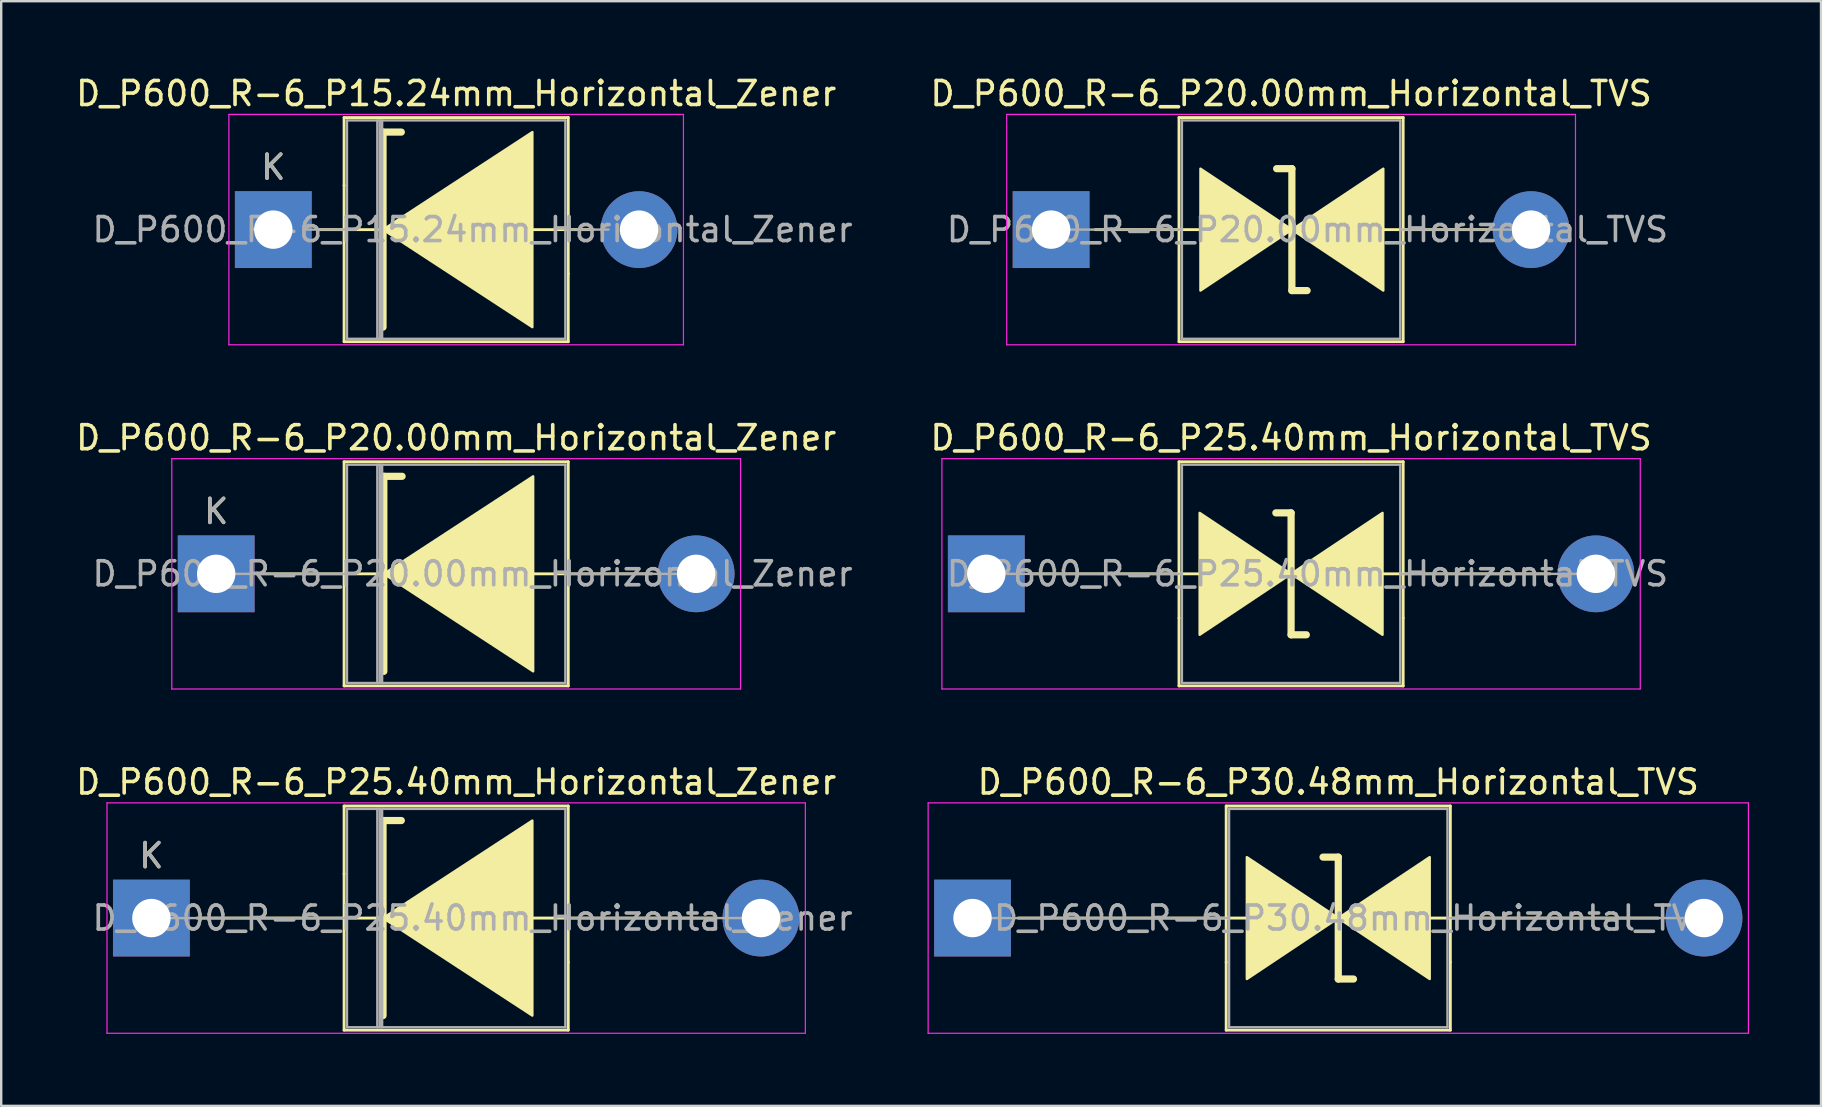
<source format=kicad_pcb>
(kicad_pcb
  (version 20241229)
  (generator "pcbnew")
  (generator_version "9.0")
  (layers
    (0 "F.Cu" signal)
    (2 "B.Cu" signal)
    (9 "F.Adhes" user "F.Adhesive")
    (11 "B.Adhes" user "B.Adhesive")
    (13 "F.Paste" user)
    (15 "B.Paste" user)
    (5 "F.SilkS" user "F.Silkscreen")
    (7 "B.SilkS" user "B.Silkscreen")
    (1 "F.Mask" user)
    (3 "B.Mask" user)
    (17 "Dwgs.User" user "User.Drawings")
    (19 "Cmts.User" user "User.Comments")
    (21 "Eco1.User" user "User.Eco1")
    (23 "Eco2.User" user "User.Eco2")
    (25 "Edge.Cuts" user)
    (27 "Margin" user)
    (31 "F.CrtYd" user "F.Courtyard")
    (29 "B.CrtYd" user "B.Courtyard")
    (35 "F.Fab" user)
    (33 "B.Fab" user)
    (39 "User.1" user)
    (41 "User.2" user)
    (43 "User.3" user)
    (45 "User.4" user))
  (footprint "D_P600_R-6_P20.00mm_Horizontal_Zener"
    (layer "F.Cu")
    (at 5.958 20.861)
    (property "Reference" "D_P600_R-6_P20.00mm_Horizontal_Zener" (at 10 -5.67 0) (layer "F.SilkS") (effects (font (size 1 1) (thickness 0.15))))
    (attr through_hole)
    (fp_line (start 1.84 0) (end 5.33 0) (stroke (width 0.12) (type solid)) (layer "F.SilkS"))
    (fp_line (start 5.33 -4.67) (end 5.33 4.67) (stroke (width 0.12) (type solid)) (layer "F.SilkS"))
    (fp_line (start 5.33 4.67) (end 14.67 4.67) (stroke (width 0.12) (type solid)) (layer "F.SilkS"))
    (fp_line (start 6.858 0) (end 5.33 0) (stroke (width 0.12) (type solid)) (layer "F.SilkS"))
    (fp_line (start 6.985 -4.064) (end 6.985 4.064) (stroke (width 0.3) (type solid)) (layer "F.SilkS"))
    (fp_line (start 6.985 -4.064) (end 7.747 -4.064) (stroke (width 0.3) (type solid)) (layer "F.SilkS"))
    (fp_line (start 13.081 0) (end 14.67 0) (stroke (width 0.12) (type solid)) (layer "F.SilkS"))
    (fp_line (start 14.67 -4.67) (end 5.33 -4.67) (stroke (width 0.12) (type solid)) (layer "F.SilkS"))
    (fp_line (start 14.67 4.67) (end 14.67 -4.67) (stroke (width 0.12) (type solid)) (layer "F.SilkS"))
    (fp_line (start 18.16 0) (end 14.67 0) (stroke (width 0.12) (type solid)) (layer "F.SilkS"))
    (fp_poly (pts (xy 13.208 4.064) (xy 6.985 0) (xy 13.208 -4.064)) (stroke (width 0.1) (type solid)) (fill yes) (layer "F.SilkS"))
    (fp_line (start -1.85 -4.8) (end -1.85 4.8) (stroke (width 0.05) (type solid)) (layer "F.CrtYd"))
    (fp_line (start -1.85 4.8) (end 21.85 4.8) (stroke (width 0.05) (type solid)) (layer "F.CrtYd"))
    (fp_line (start 21.85 -4.8) (end -1.85 -4.8) (stroke (width 0.05) (type solid)) (layer "F.CrtYd"))
    (fp_line (start 21.85 4.8) (end 21.85 -4.8) (stroke (width 0.05) (type solid)) (layer "F.CrtYd"))
    (fp_line (start 0 0) (end 5.45 0) (stroke (width 0.1) (type solid)) (layer "F.Fab"))
    (fp_line (start 5.45 -4.55) (end 5.45 4.55) (stroke (width 0.1) (type solid)) (layer "F.Fab"))
    (fp_line (start 5.45 4.55) (end 14.55 4.55) (stroke (width 0.1) (type solid)) (layer "F.Fab"))
    (fp_line (start 6.715 -4.55) (end 6.715 4.55) (stroke (width 0.1) (type solid)) (layer "F.Fab"))
    (fp_line (start 6.815 -4.55) (end 6.815 4.55) (stroke (width 0.1) (type solid)) (layer "F.Fab"))
    (fp_line (start 6.915 -4.55) (end 6.915 4.55) (stroke (width 0.1) (type solid)) (layer "F.Fab"))
    (fp_line (start 14.55 -4.55) (end 5.45 -4.55) (stroke (width 0.1) (type solid)) (layer "F.Fab"))
    (fp_line (start 14.55 4.55) (end 14.55 -4.55) (stroke (width 0.1) (type solid)) (layer "F.Fab"))
    (fp_line (start 20 0) (end 14.55 0) (stroke (width 0.1) (type solid)) (layer "F.Fab"))
    (fp_text user "K" (at 0 -2.6 0) (layer "F.SilkS") (effects (font (size 1 1) (thickness 0.15))))
    (fp_text user "${REFERENCE}" (at 10.682 0 0) (layer "F.Fab") (effects (font (size 1 1) (thickness 0.15))))
    (fp_text user "K" (at 0 -2.6 0) (layer "F.Fab") (effects (font (size 1 1) (thickness 0.15))))
    (pad "1" thru_hole rect (at 0 0) (size 3.2 3.2) (drill 1.6) (layers "*.Cu" "*.Mask"))
    (pad "2" thru_hole oval (at 20 0) (size 3.2 3.2) (drill 1.6) (layers "*.Cu" "*.Mask")))
  (footprint "D_P600_R-6_P15.24mm_Horizontal_Zener"
    (layer "F.Cu")
    (at 8.338 6.518)
    (property "Reference" "D_P600_R-6_P15.24mm_Horizontal_Zener" (at 7.62 -5.67 0) (layer "F.SilkS") (effects (font (size 1 1) (thickness 0.15))))
    (attr through_hole)
    (fp_line (start 2.95 -4.67) (end 12.29 -4.67) (stroke (width 0.12) (type solid)) (layer "F.SilkS"))
    (fp_line (start 2.95 -1.84) (end 2.95 -4.67) (stroke (width 0.12) (type solid)) (layer "F.SilkS"))
    (fp_line (start 2.95 -1.84) (end 2.95 4.67) (stroke (width 0.12) (type solid)) (layer "F.SilkS"))
    (fp_line (start 2.95 4.67) (end 12.29 4.67) (stroke (width 0.12) (type solid)) (layer "F.SilkS"))
    (fp_line (start 4.445 0) (end 1.905 0) (stroke (width 0.12) (type solid)) (layer "F.SilkS"))
    (fp_line (start 4.572 -4.064) (end 4.572 4.064) (stroke (width 0.3) (type solid)) (layer "F.SilkS"))
    (fp_line (start 4.572 -4.064) (end 5.334 -4.064) (stroke (width 0.3) (type solid)) (layer "F.SilkS"))
    (fp_line (start 10.668 0) (end 13.335 0) (stroke (width 0.12) (type solid)) (layer "F.SilkS"))
    (fp_line (start 12.29 -4.67) (end 12.29 1.84) (stroke (width 0.12) (type solid)) (layer "F.SilkS"))
    (fp_line (start 12.29 4.67) (end 12.29 1.84) (stroke (width 0.12) (type solid)) (layer "F.SilkS"))
    (fp_poly (pts (xy 10.795 4.064) (xy 4.572 0) (xy 10.795 -4.064)) (stroke (width 0.1) (type solid)) (fill yes) (layer "F.SilkS"))
    (fp_line (start -1.85 -4.8) (end -1.85 4.8) (stroke (width 0.05) (type solid)) (layer "F.CrtYd"))
    (fp_line (start -1.85 4.8) (end 17.09 4.8) (stroke (width 0.05) (type solid)) (layer "F.CrtYd"))
    (fp_line (start 17.09 -4.8) (end -1.85 -4.8) (stroke (width 0.05) (type solid)) (layer "F.CrtYd"))
    (fp_line (start 17.09 4.8) (end 17.09 -4.8) (stroke (width 0.05) (type solid)) (layer "F.CrtYd"))
    (fp_line (start 1.27 0) (end 3.07 0) (stroke (width 0.1) (type solid)) (layer "F.Fab"))
    (fp_line (start 3.07 -4.55) (end 3.07 4.55) (stroke (width 0.1) (type solid)) (layer "F.Fab"))
    (fp_line (start 3.07 4.55) (end 12.17 4.55) (stroke (width 0.1) (type solid)) (layer "F.Fab"))
    (fp_line (start 4.335 -4.55) (end 4.335 4.55) (stroke (width 0.1) (type solid)) (layer "F.Fab"))
    (fp_line (start 4.435 -4.55) (end 4.435 4.55) (stroke (width 0.1) (type solid)) (layer "F.Fab"))
    (fp_line (start 4.535 -4.55) (end 4.535 4.55) (stroke (width 0.1) (type solid)) (layer "F.Fab"))
    (fp_line (start 12.17 -4.55) (end 3.07 -4.55) (stroke (width 0.1) (type solid)) (layer "F.Fab"))
    (fp_line (start 12.17 4.55) (end 12.17 -4.55) (stroke (width 0.1) (type solid)) (layer "F.Fab"))
    (fp_line (start 13.97 0) (end 12.17 0) (stroke (width 0.1) (type solid)) (layer "F.Fab"))
    (fp_text user "K" (at 0 -2.6 0) (layer "F.SilkS") (effects (font (size 1 1) (thickness 0.15))))
    (fp_text user "K" (at 0 -2.6 0) (layer "F.Fab") (effects (font (size 1 1) (thickness 0.15))))
    (fp_text user "${REFERENCE}" (at 8.303 0 0) (layer "F.Fab") (effects (font (size 1 1) (thickness 0.15))))
    (pad "1" thru_hole rect (at 0 0) (size 3.2 3.2) (drill 1.6) (layers "*.Cu" "*.Mask"))
    (pad "2" thru_hole oval (at 15.24 0) (size 3.2 3.2) (drill 1.6) (layers "*.Cu" "*.Mask")))
  (footprint "D_P600_R-6_P20.00mm_Horizontal_TVS"
    (layer "F.Cu")
    (at 40.748 6.518)
    (property "Reference" "D_P600_R-6_P20.00mm_Horizontal_TVS" (at 10 -5.67 0) (layer "F.SilkS") (effects (font (size 1 1) (thickness 0.15))))
    (attr through_hole)
    (fp_line (start 1.84 0) (end 5.33 0) (stroke (width 0.12) (type solid)) (layer "F.SilkS"))
    (fp_line (start 5.33 -4.67) (end 5.33 4.67) (stroke (width 0.12) (type solid)) (layer "F.SilkS"))
    (fp_line (start 5.33 0) (end 6.223 0) (stroke (width 0.12) (type solid)) (layer "F.SilkS"))
    (fp_line (start 5.33 4.67) (end 14.67 4.67) (stroke (width 0.12) (type solid)) (layer "F.SilkS"))
    (fp_line (start 10.033 -2.54) (end 9.398 -2.54) (stroke (width 0.3) (type solid)) (layer "F.SilkS"))
    (fp_line (start 10.033 2.54) (end 10.033 -2.54) (stroke (width 0.3) (type solid)) (layer "F.SilkS"))
    (fp_line (start 10.668 2.54) (end 10.033 2.54) (stroke (width 0.3) (type solid)) (layer "F.SilkS"))
    (fp_line (start 14.67 -4.67) (end 5.33 -4.67) (stroke (width 0.12) (type solid)) (layer "F.SilkS"))
    (fp_line (start 14.67 0) (end 13.843 0) (stroke (width 0.12) (type solid)) (layer "F.SilkS"))
    (fp_line (start 14.67 4.67) (end 14.67 -4.67) (stroke (width 0.12) (type solid)) (layer "F.SilkS"))
    (fp_line (start 18.16 0) (end 14.67 0) (stroke (width 0.12) (type solid)) (layer "F.SilkS"))
    (fp_poly (pts (xy 10.033 0) (xy 6.223 2.54) (xy 6.223 -2.54)) (stroke (width 0.1) (type solid)) (fill yes) (layer "F.SilkS"))
    (fp_poly (pts (xy 10.033 0) (xy 13.843 -2.54) (xy 13.843 2.54)) (stroke (width 0.1) (type solid)) (fill yes) (layer "F.SilkS"))
    (fp_line (start -1.85 -4.8) (end -1.85 4.8) (stroke (width 0.05) (type solid)) (layer "F.CrtYd"))
    (fp_line (start -1.85 4.8) (end 21.85 4.8) (stroke (width 0.05) (type solid)) (layer "F.CrtYd"))
    (fp_line (start 21.85 -4.8) (end -1.85 -4.8) (stroke (width 0.05) (type solid)) (layer "F.CrtYd"))
    (fp_line (start 21.85 4.8) (end 21.85 -4.8) (stroke (width 0.05) (type solid)) (layer "F.CrtYd"))
    (fp_line (start 0 0) (end 5.45 0) (stroke (width 0.1) (type solid)) (layer "F.Fab"))
    (fp_line (start 5.45 -4.55) (end 5.45 4.55) (stroke (width 0.1) (type solid)) (layer "F.Fab"))
    (fp_line (start 5.45 4.55) (end 14.55 4.55) (stroke (width 0.1) (type solid)) (layer "F.Fab"))
    (fp_line (start 14.55 -4.55) (end 5.45 -4.55) (stroke (width 0.1) (type solid)) (layer "F.Fab"))
    (fp_line (start 14.55 4.55) (end 14.55 -4.55) (stroke (width 0.1) (type solid)) (layer "F.Fab"))
    (fp_line (start 20 0) (end 14.55 0) (stroke (width 0.1) (type solid)) (layer "F.Fab"))
    (fp_text user "${REFERENCE}" (at 10.682 0 0) (layer "F.Fab") (effects (font (size 1 1) (thickness 0.15))))
    (pad "1" thru_hole rect (at 0 0) (size 3.2 3.2) (drill 1.6) (layers "*.Cu" "*.Mask"))
    (pad "2" thru_hole oval (at 20 0) (size 3.2 3.2) (drill 1.6) (layers "*.Cu" "*.Mask")))
  (footprint "D_P600_R-6_P30.48mm_Horizontal_TVS"
    (layer "F.Cu")
    (at 37.474 35.205)
    (property "Reference" "D_P600_R-6_P30.48mm_Horizontal_TVS" (at 15.24 -5.67 0) (layer "F.SilkS") (effects (font (size 1 1) (thickness 0.15))))
    (attr through_hole)
    (fp_line (start 1.905 0) (end 11.43 0) (stroke (width 0.12) (type solid)) (layer "F.SilkS"))
    (fp_line (start 10.57 -4.67) (end 19.91 -4.67) (stroke (width 0.12) (type solid)) (layer "F.SilkS"))
    (fp_line (start 10.57 1.84) (end 10.57 -4.67) (stroke (width 0.12) (type solid)) (layer "F.SilkS"))
    (fp_line (start 10.57 1.84) (end 10.57 4.67) (stroke (width 0.12) (type solid)) (layer "F.SilkS"))
    (fp_line (start 10.57 4.67) (end 19.91 4.67) (stroke (width 0.12) (type solid)) (layer "F.SilkS"))
    (fp_line (start 15.24 -2.54) (end 14.605 -2.54) (stroke (width 0.3) (type solid)) (layer "F.SilkS"))
    (fp_line (start 15.24 2.54) (end 15.24 -2.54) (stroke (width 0.3) (type solid)) (layer "F.SilkS"))
    (fp_line (start 15.875 2.54) (end 15.24 2.54) (stroke (width 0.3) (type solid)) (layer "F.SilkS"))
    (fp_line (start 19.91 -4.67) (end 19.91 1.84) (stroke (width 0.12) (type solid)) (layer "F.SilkS"))
    (fp_line (start 19.91 4.67) (end 19.91 1.84) (stroke (width 0.12) (type solid)) (layer "F.SilkS"))
    (fp_line (start 28.575 0) (end 19.05 0) (stroke (width 0.12) (type solid)) (layer "F.SilkS"))
    (fp_poly (pts (xy 15.24 0) (xy 11.43 2.54) (xy 11.43 -2.54)) (stroke (width 0.1) (type solid)) (fill yes) (layer "F.SilkS"))
    (fp_poly (pts (xy 15.24 0) (xy 19.05 -2.54) (xy 19.05 2.54)) (stroke (width 0.1) (type solid)) (fill yes) (layer "F.SilkS"))
    (fp_line (start -1.85 -4.8) (end -1.85 4.8) (stroke (width 0.05) (type solid)) (layer "F.CrtYd"))
    (fp_line (start -1.85 4.8) (end 32.33 4.8) (stroke (width 0.05) (type solid)) (layer "F.CrtYd"))
    (fp_line (start 32.33 -4.8) (end -1.85 -4.8) (stroke (width 0.05) (type solid)) (layer "F.CrtYd"))
    (fp_line (start 32.33 4.8) (end 32.33 -4.8) (stroke (width 0.05) (type solid)) (layer "F.CrtYd"))
    (fp_line (start 0 0) (end 10.69 0) (stroke (width 0.1) (type solid)) (layer "F.Fab"))
    (fp_line (start 10.69 -4.55) (end 10.69 4.55) (stroke (width 0.1) (type solid)) (layer "F.Fab"))
    (fp_line (start 10.69 4.55) (end 19.79 4.55) (stroke (width 0.1) (type solid)) (layer "F.Fab"))
    (fp_line (start 19.79 -4.55) (end 10.69 -4.55) (stroke (width 0.1) (type solid)) (layer "F.Fab"))
    (fp_line (start 19.79 4.55) (end 19.79 -4.55) (stroke (width 0.1) (type solid)) (layer "F.Fab"))
    (fp_line (start 30.48 0) (end 19.79 0) (stroke (width 0.1) (type solid)) (layer "F.Fab"))
    (fp_text user "${REFERENCE}" (at 15.922 0 0) (layer "F.Fab") (effects (font (size 1 1) (thickness 0.15))))
    (pad "1" thru_hole rect (at 0 0) (size 3.2 3.2) (drill 1.6) (layers "*.Cu" "*.Mask"))
    (pad "2" thru_hole oval (at 30.48 0) (size 3.2 3.2) (drill 1.6) (layers "*.Cu" "*.Mask")))
  (footprint "D_P600_R-6_P25.40mm_Horizontal_TVS"
    (layer "F.Cu")
    (at 38.048 20.861)
    (property "Reference" "D_P600_R-6_P25.40mm_Horizontal_TVS" (at 12.7 -5.67 0) (layer "F.SilkS") (effects (font (size 1 1) (thickness 0.15))))
    (attr through_hole)
    (fp_line (start 1.905 0) (end 8.89 0) (stroke (width 0.12) (type solid)) (layer "F.SilkS"))
    (fp_line (start 8.03 -4.67) (end 17.37 -4.67) (stroke (width 0.12) (type solid)) (layer "F.SilkS"))
    (fp_line (start 8.03 1.84) (end 8.03 -4.67) (stroke (width 0.12) (type solid)) (layer "F.SilkS"))
    (fp_line (start 8.03 1.84) (end 8.03 4.67) (stroke (width 0.12) (type solid)) (layer "F.SilkS"))
    (fp_line (start 8.03 4.67) (end 17.37 4.67) (stroke (width 0.12) (type solid)) (layer "F.SilkS"))
    (fp_line (start 12.7 -2.54) (end 12.065 -2.54) (stroke (width 0.3) (type solid)) (layer "F.SilkS"))
    (fp_line (start 12.7 2.54) (end 12.7 -2.54) (stroke (width 0.3) (type solid)) (layer "F.SilkS"))
    (fp_line (start 13.335 2.54) (end 12.7 2.54) (stroke (width 0.3) (type solid)) (layer "F.SilkS"))
    (fp_line (start 17.37 -4.67) (end 17.37 1.84) (stroke (width 0.12) (type solid)) (layer "F.SilkS"))
    (fp_line (start 17.37 4.67) (end 17.37 1.84) (stroke (width 0.12) (type solid)) (layer "F.SilkS"))
    (fp_line (start 23.495 0) (end 16.51 0) (stroke (width 0.12) (type solid)) (layer "F.SilkS"))
    (fp_poly (pts (xy 12.7 0) (xy 8.89 2.54) (xy 8.89 -2.54)) (stroke (width 0.1) (type solid)) (fill yes) (layer "F.SilkS"))
    (fp_poly (pts (xy 12.7 0) (xy 16.51 -2.54) (xy 16.51 2.54)) (stroke (width 0.1) (type solid)) (fill yes) (layer "F.SilkS"))
    (fp_line (start -1.85 -4.8) (end -1.85 4.8) (stroke (width 0.05) (type solid)) (layer "F.CrtYd"))
    (fp_line (start -1.85 4.8) (end 27.25 4.8) (stroke (width 0.05) (type solid)) (layer "F.CrtYd"))
    (fp_line (start 27.25 -4.8) (end -1.85 -4.8) (stroke (width 0.05) (type solid)) (layer "F.CrtYd"))
    (fp_line (start 27.25 4.8) (end 27.25 -4.8) (stroke (width 0.05) (type solid)) (layer "F.CrtYd"))
    (fp_line (start 0 0) (end 8.15 0) (stroke (width 0.1) (type solid)) (layer "F.Fab"))
    (fp_line (start 8.15 -4.55) (end 8.15 4.55) (stroke (width 0.1) (type solid)) (layer "F.Fab"))
    (fp_line (start 8.15 4.55) (end 17.25 4.55) (stroke (width 0.1) (type solid)) (layer "F.Fab"))
    (fp_line (start 17.25 -4.55) (end 8.15 -4.55) (stroke (width 0.1) (type solid)) (layer "F.Fab"))
    (fp_line (start 17.25 4.55) (end 17.25 -4.55) (stroke (width 0.1) (type solid)) (layer "F.Fab"))
    (fp_line (start 25.4 0) (end 17.25 0) (stroke (width 0.1) (type solid)) (layer "F.Fab"))
    (fp_text user "${REFERENCE}" (at 13.383 0 0) (layer "F.Fab") (effects (font (size 1 1) (thickness 0.15))))
    (pad "1" thru_hole rect (at 0 0) (size 3.2 3.2) (drill 1.6) (layers "*.Cu" "*.Mask"))
    (pad "2" thru_hole oval (at 25.4 0) (size 3.2 3.2) (drill 1.6) (layers "*.Cu" "*.Mask")))
  (footprint "D_P600_R-6_P25.40mm_Horizontal_Zener"
    (layer "F.Cu")
    (at 3.258 35.205)
    (property "Reference" "D_P600_R-6_P25.40mm_Horizontal_Zener" (at 12.7 -5.67 0) (layer "F.SilkS") (effects (font (size 1 1) (thickness 0.15))))
    (attr through_hole)
    (fp_line (start 8.03 -4.67) (end 17.37 -4.67) (stroke (width 0.12) (type solid)) (layer "F.SilkS"))
    (fp_line (start 8.03 -1.84) (end 8.03 -4.67) (stroke (width 0.12) (type solid)) (layer "F.SilkS"))
    (fp_line (start 8.03 -1.84) (end 8.03 4.67) (stroke (width 0.12) (type solid)) (layer "F.SilkS"))
    (fp_line (start 8.03 4.67) (end 17.37 4.67) (stroke (width 0.12) (type solid)) (layer "F.SilkS"))
    (fp_line (start 9.525 0) (end 1.905 0) (stroke (width 0.12) (type solid)) (layer "F.SilkS"))
    (fp_line (start 9.652 -4.064) (end 9.652 4.064) (stroke (width 0.3) (type solid)) (layer "F.SilkS"))
    (fp_line (start 9.652 -4.064) (end 10.414 -4.064) (stroke (width 0.3) (type solid)) (layer "F.SilkS"))
    (fp_line (start 15.748 0) (end 23.495 0) (stroke (width 0.12) (type solid)) (layer "F.SilkS"))
    (fp_line (start 17.37 -4.67) (end 17.37 1.84) (stroke (width 0.12) (type solid)) (layer "F.SilkS"))
    (fp_line (start 17.37 4.67) (end 17.37 1.84) (stroke (width 0.12) (type solid)) (layer "F.SilkS"))
    (fp_poly (pts (xy 15.875 4.064) (xy 9.652 0) (xy 15.875 -4.064)) (stroke (width 0.1) (type solid)) (fill yes) (layer "F.SilkS"))
    (fp_line (start -1.85 -4.8) (end -1.85 4.8) (stroke (width 0.05) (type solid)) (layer "F.CrtYd"))
    (fp_line (start -1.85 4.8) (end 27.25 4.8) (stroke (width 0.05) (type solid)) (layer "F.CrtYd"))
    (fp_line (start 27.25 -4.8) (end -1.85 -4.8) (stroke (width 0.05) (type solid)) (layer "F.CrtYd"))
    (fp_line (start 27.25 4.8) (end 27.25 -4.8) (stroke (width 0.05) (type solid)) (layer "F.CrtYd"))
    (fp_line (start 0 0) (end 8.15 0) (stroke (width 0.1) (type solid)) (layer "F.Fab"))
    (fp_line (start 8.15 -4.55) (end 8.15 4.55) (stroke (width 0.1) (type solid)) (layer "F.Fab"))
    (fp_line (start 8.15 4.55) (end 17.25 4.55) (stroke (width 0.1) (type solid)) (layer "F.Fab"))
    (fp_line (start 9.415 -4.55) (end 9.415 4.55) (stroke (width 0.1) (type solid)) (layer "F.Fab"))
    (fp_line (start 9.515 -4.55) (end 9.515 4.55) (stroke (width 0.1) (type solid)) (layer "F.Fab"))
    (fp_line (start 9.615 -4.55) (end 9.615 4.55) (stroke (width 0.1) (type solid)) (layer "F.Fab"))
    (fp_line (start 17.25 -4.55) (end 8.15 -4.55) (stroke (width 0.1) (type solid)) (layer "F.Fab"))
    (fp_line (start 17.25 4.55) (end 17.25 -4.55) (stroke (width 0.1) (type solid)) (layer "F.Fab"))
    (fp_line (start 25.4 0) (end 17.25 0) (stroke (width 0.1) (type solid)) (layer "F.Fab"))
    (fp_text user "K" (at 0 -2.6 0) (layer "F.SilkS") (effects (font (size 1 1) (thickness 0.15))))
    (fp_text user "K" (at 0 -2.6 0) (layer "F.Fab") (effects (font (size 1 1) (thickness 0.15))))
    (fp_text user "${REFERENCE}" (at 13.383 0 0) (layer "F.Fab") (effects (font (size 1 1) (thickness 0.15))))
    (pad "1" thru_hole rect (at 0 0) (size 3.2 3.2) (drill 1.6) (layers "*.Cu" "*.Mask"))
    (pad "2" thru_hole oval (at 25.4 0) (size 3.2 3.2) (drill 1.6) (layers "*.Cu" "*.Mask")))
  (gr_rect
    (start -3 -3)
    (end 72.829 43.03)
    (stroke (width 0.1) (type default))
    (fill no)
    (layer "Edge.Cuts")))
</source>
